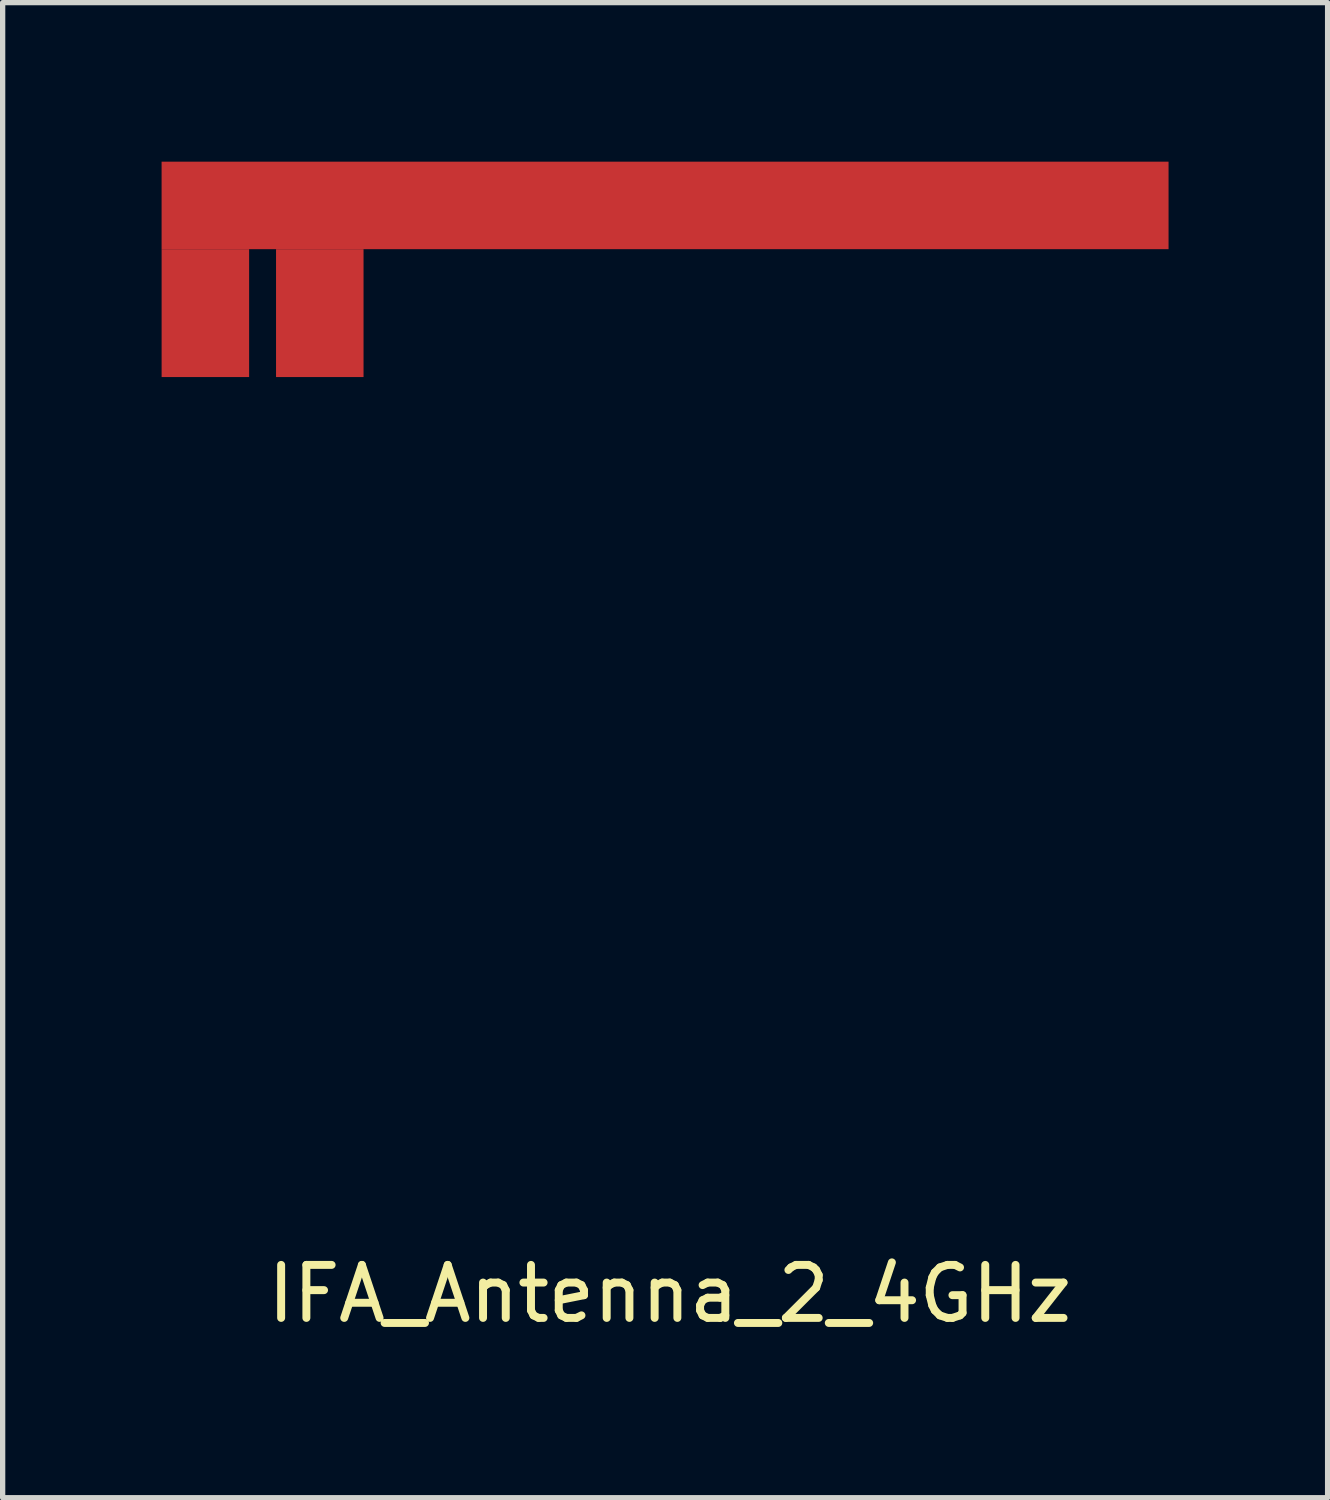
<source format=kicad_pcb>
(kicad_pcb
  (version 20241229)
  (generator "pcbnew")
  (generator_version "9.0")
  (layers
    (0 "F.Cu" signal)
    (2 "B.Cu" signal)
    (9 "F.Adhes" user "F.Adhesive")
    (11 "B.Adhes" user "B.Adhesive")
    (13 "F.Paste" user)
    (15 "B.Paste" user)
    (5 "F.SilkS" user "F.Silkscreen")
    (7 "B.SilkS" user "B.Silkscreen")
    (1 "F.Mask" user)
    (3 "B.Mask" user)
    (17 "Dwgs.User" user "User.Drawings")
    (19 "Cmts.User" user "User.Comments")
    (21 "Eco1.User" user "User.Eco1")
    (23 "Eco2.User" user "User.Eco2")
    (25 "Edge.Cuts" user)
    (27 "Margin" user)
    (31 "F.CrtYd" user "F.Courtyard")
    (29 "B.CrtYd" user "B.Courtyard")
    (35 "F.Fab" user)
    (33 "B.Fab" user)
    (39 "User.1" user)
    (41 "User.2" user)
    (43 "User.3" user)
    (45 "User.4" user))
  (footprint "IFA_Antenna_2_4GHz"
    (layer "F.Cu")
    (at 8.293 16.485)
    (property "Reference" "IFA_Antenna_2_4GHz" (at 1.295 4.877 0) (layer "F.SilkS") (effects (font (size 1 1) (thickness 0.15))))
    (attr through_hole)
    (pad "" smd rect (at -7.468 -13.627) (size 1.651 2.413) (layers "F.Cu" "F.Mask" "F.Paste"))
    (pad "" smd rect (at -5.309 -13.627) (size 1.651 2.413) (layers "F.Cu" "F.Mask" "F.Paste"))
    (pad "" smd rect (at 1.206 -15.659) (size 19 1.651) (layers "F.Cu" "F.Mask" "F.Paste")))
  (gr_rect
    (start -3 -3)
    (end 22 25.21)
    (stroke (width 0.1) (type default))
    (fill no)
    (layer "Edge.Cuts")))
</source>
